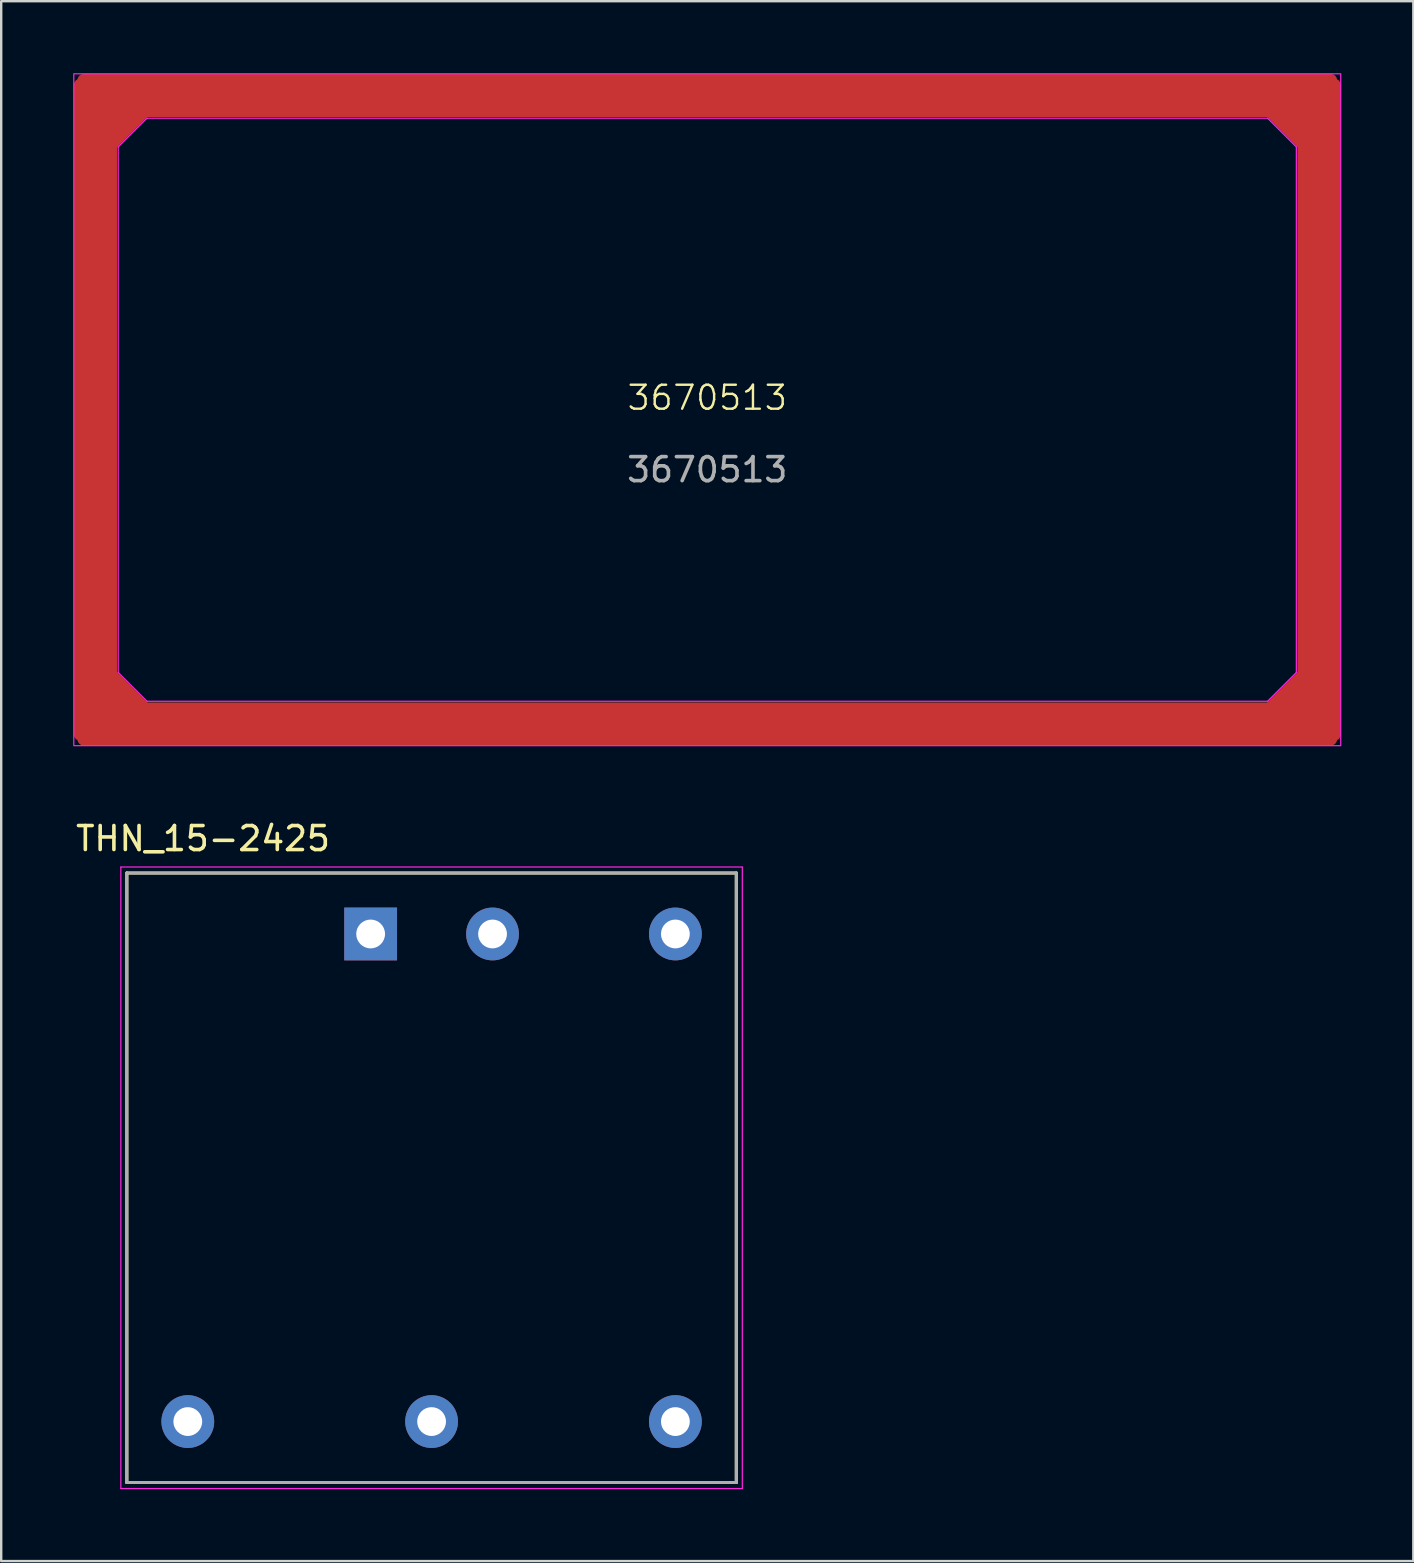
<source format=kicad_pcb>
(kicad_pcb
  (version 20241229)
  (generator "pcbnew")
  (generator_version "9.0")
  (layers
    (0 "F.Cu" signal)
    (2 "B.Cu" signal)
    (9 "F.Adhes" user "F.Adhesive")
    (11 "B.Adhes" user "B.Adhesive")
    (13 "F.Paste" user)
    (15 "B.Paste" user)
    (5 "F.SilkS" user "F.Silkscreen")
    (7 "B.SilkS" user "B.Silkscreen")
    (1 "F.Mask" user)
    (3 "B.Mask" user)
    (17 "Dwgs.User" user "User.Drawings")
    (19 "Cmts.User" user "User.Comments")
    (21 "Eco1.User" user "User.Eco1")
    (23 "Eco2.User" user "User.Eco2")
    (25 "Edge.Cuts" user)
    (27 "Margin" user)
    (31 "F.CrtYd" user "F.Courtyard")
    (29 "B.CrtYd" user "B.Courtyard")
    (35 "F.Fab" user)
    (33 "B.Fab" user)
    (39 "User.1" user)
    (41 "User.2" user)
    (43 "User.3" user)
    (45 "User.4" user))
  (footprint "3670513"
    (layer "F.Cu")
    (at 26.425 14.025)
    (property "Reference" "3670513" (at 0 -0.5 0) (unlocked yes) (layer "F.SilkS") (effects (font (size 1 1) (thickness 0.1))))
    (attr smd)
    (fp_line (start -24.55 -10.95) (end -24.55 10.95) (stroke (width 0.05) (type default)) (layer "F.CrtYd"))
    (fp_line (start -24.55 10.95) (end -23.35 12.15) (stroke (width 0.05) (type default)) (layer "F.CrtYd"))
    (fp_line (start -23.35 -12.15) (end -24.55 -10.95) (stroke (width 0.05) (type default)) (layer "F.CrtYd"))
    (fp_line (start -23.35 12.15) (end 23.35 12.15) (stroke (width 0.05) (type default)) (layer "F.CrtYd"))
    (fp_line (start 23.35 -12.15) (end -23.35 -12.15) (stroke (width 0.05) (type default)) (layer "F.CrtYd"))
    (fp_line (start 23.35 12.15) (end 24.55 10.95) (stroke (width 0.05) (type default)) (layer "F.CrtYd"))
    (fp_line (start 24.55 -10.95) (end 23.35 -12.15) (stroke (width 0.05) (type default)) (layer "F.CrtYd"))
    (fp_line (start 24.55 10.95) (end 24.55 -10.95) (stroke (width 0.05) (type default)) (layer "F.CrtYd"))
    (fp_rect (start -26.4 -14) (end 26.4 14) (stroke (width 0.05) (type default)) (fill no) (layer "F.CrtYd"))
    (fp_text user "${REFERENCE}" (at 0 2.5 0) (unlocked yes) (layer "F.Fab") (effects (font (size 1 1) (thickness 0.15))))
    (pad "1" smd roundrect (at -25.5 0 90) (size 27.6 1.8) (layers "F.Cu" "F.Mask" "F.Paste") (roundrect_rratio 0.15))
    (pad "1" smd roundrect (at -24.5 -12.1 45) (size 3.4 1.5) (layers "F.Cu" "F.Mask" "F.Paste") (roundrect_rratio 0.15))
    (pad "1" smd roundrect (at -24.5 12.1 315) (size 3.4 1.5) (layers "F.Cu" "F.Mask" "F.Paste") (roundrect_rratio 0.15))
    (pad "1" smd roundrect (at 0 -13.1) (size 52.5 1.8) (layers "F.Cu" "F.Mask" "F.Paste") (roundrect_rratio 0.15))
    (pad "1" smd roundrect (at 0 13.1) (size 52.5 1.8) (layers "F.Cu" "F.Mask" "F.Paste") (roundrect_rratio 0.15))
    (pad "1" smd roundrect (at 24.5 -12.1 135) (size 3.4 1.5) (layers "F.Cu" "F.Mask" "F.Paste") (roundrect_rratio 0.15))
    (pad "1" smd roundrect (at 24.5 12.1 225) (size 3.4 1.5) (layers "F.Cu" "F.Mask" "F.Paste") (roundrect_rratio 0.15))
    (pad "1" smd roundrect (at 25.5 0 90) (size 27.6 1.8) (layers "F.Cu" "F.Mask" "F.Paste") (roundrect_rratio 0.15)))
  (footprint "THN_15-2425"
    (layer "F.Cu")
    (at 14.936 46.033)
    (property "Reference" "THN_15-2425" (at -9.525 -14.135 0) (layer "F.SilkS") (effects (font (size 1 1) (thickness 0.15))))
    (attr through_hole)
    (fp_line (start -12.7 -12.7) (end 12.7 -12.7) (stroke (width 0.127) (type solid)) (layer "F.SilkS"))
    (fp_line (start -12.7 12.7) (end -12.7 -12.7) (stroke (width 0.127) (type solid)) (layer "F.SilkS"))
    (fp_line (start -12.7 12.7) (end 12.7 12.7) (stroke (width 0.127) (type solid)) (layer "F.SilkS"))
    (fp_line (start 12.7 12.7) (end 12.7 -12.7) (stroke (width 0.127) (type solid)) (layer "F.SilkS"))
    (fp_line (start -12.95 -12.95) (end 12.95 -12.95) (stroke (width 0.05) (type solid)) (layer "F.CrtYd"))
    (fp_line (start -12.95 12.95) (end -12.95 -12.95) (stroke (width 0.05) (type solid)) (layer "F.CrtYd"))
    (fp_line (start -12.95 12.95) (end 12.95 12.95) (stroke (width 0.05) (type solid)) (layer "F.CrtYd"))
    (fp_line (start 12.95 12.95) (end 12.95 -12.95) (stroke (width 0.05) (type solid)) (layer "F.CrtYd"))
    (fp_line (start -12.7 -12.7) (end 12.7 -12.7) (stroke (width 0.127) (type solid)) (layer "F.Fab"))
    (fp_line (start -12.7 12.7) (end -12.7 -12.7) (stroke (width 0.127) (type solid)) (layer "F.Fab"))
    (fp_line (start -12.7 12.7) (end 12.7 12.7) (stroke (width 0.127) (type solid)) (layer "F.Fab"))
    (fp_line (start 12.7 12.7) (end 12.7 -12.7) (stroke (width 0.127) (type solid)) (layer "F.Fab"))
    (pad "1" thru_hole rect (at -2.54 -10.16) (size 2.2 2.2) (drill 1.2) (layers "*.Cu" "*.Mask"))
    (pad "2" thru_hole circle (at 2.54 -10.16) (size 2.2 2.2) (drill 1.2) (layers "*.Cu" "*.Mask"))
    (pad "3" thru_hole circle (at -10.16 10.16) (size 2.2 2.2) (drill 1.2) (layers "*.Cu" "*.Mask"))
    (pad "4" thru_hole circle (at 0 10.16) (size 2.2 2.2) (drill 1.2) (layers "*.Cu" "*.Mask"))
    (pad "5" thru_hole circle (at 10.16 10.16) (size 2.2 2.2) (drill 1.2) (layers "*.Cu" "*.Mask"))
    (pad "6" thru_hole circle (at 10.16 -10.16) (size 2.2 2.2) (drill 1.2) (layers "*.Cu" "*.Mask")))
  (gr_rect
    (start -3 -3)
    (end 55.85 62.008)
    (stroke (width 0.1) (type default))
    (fill no)
    (layer "Edge.Cuts")))
</source>
